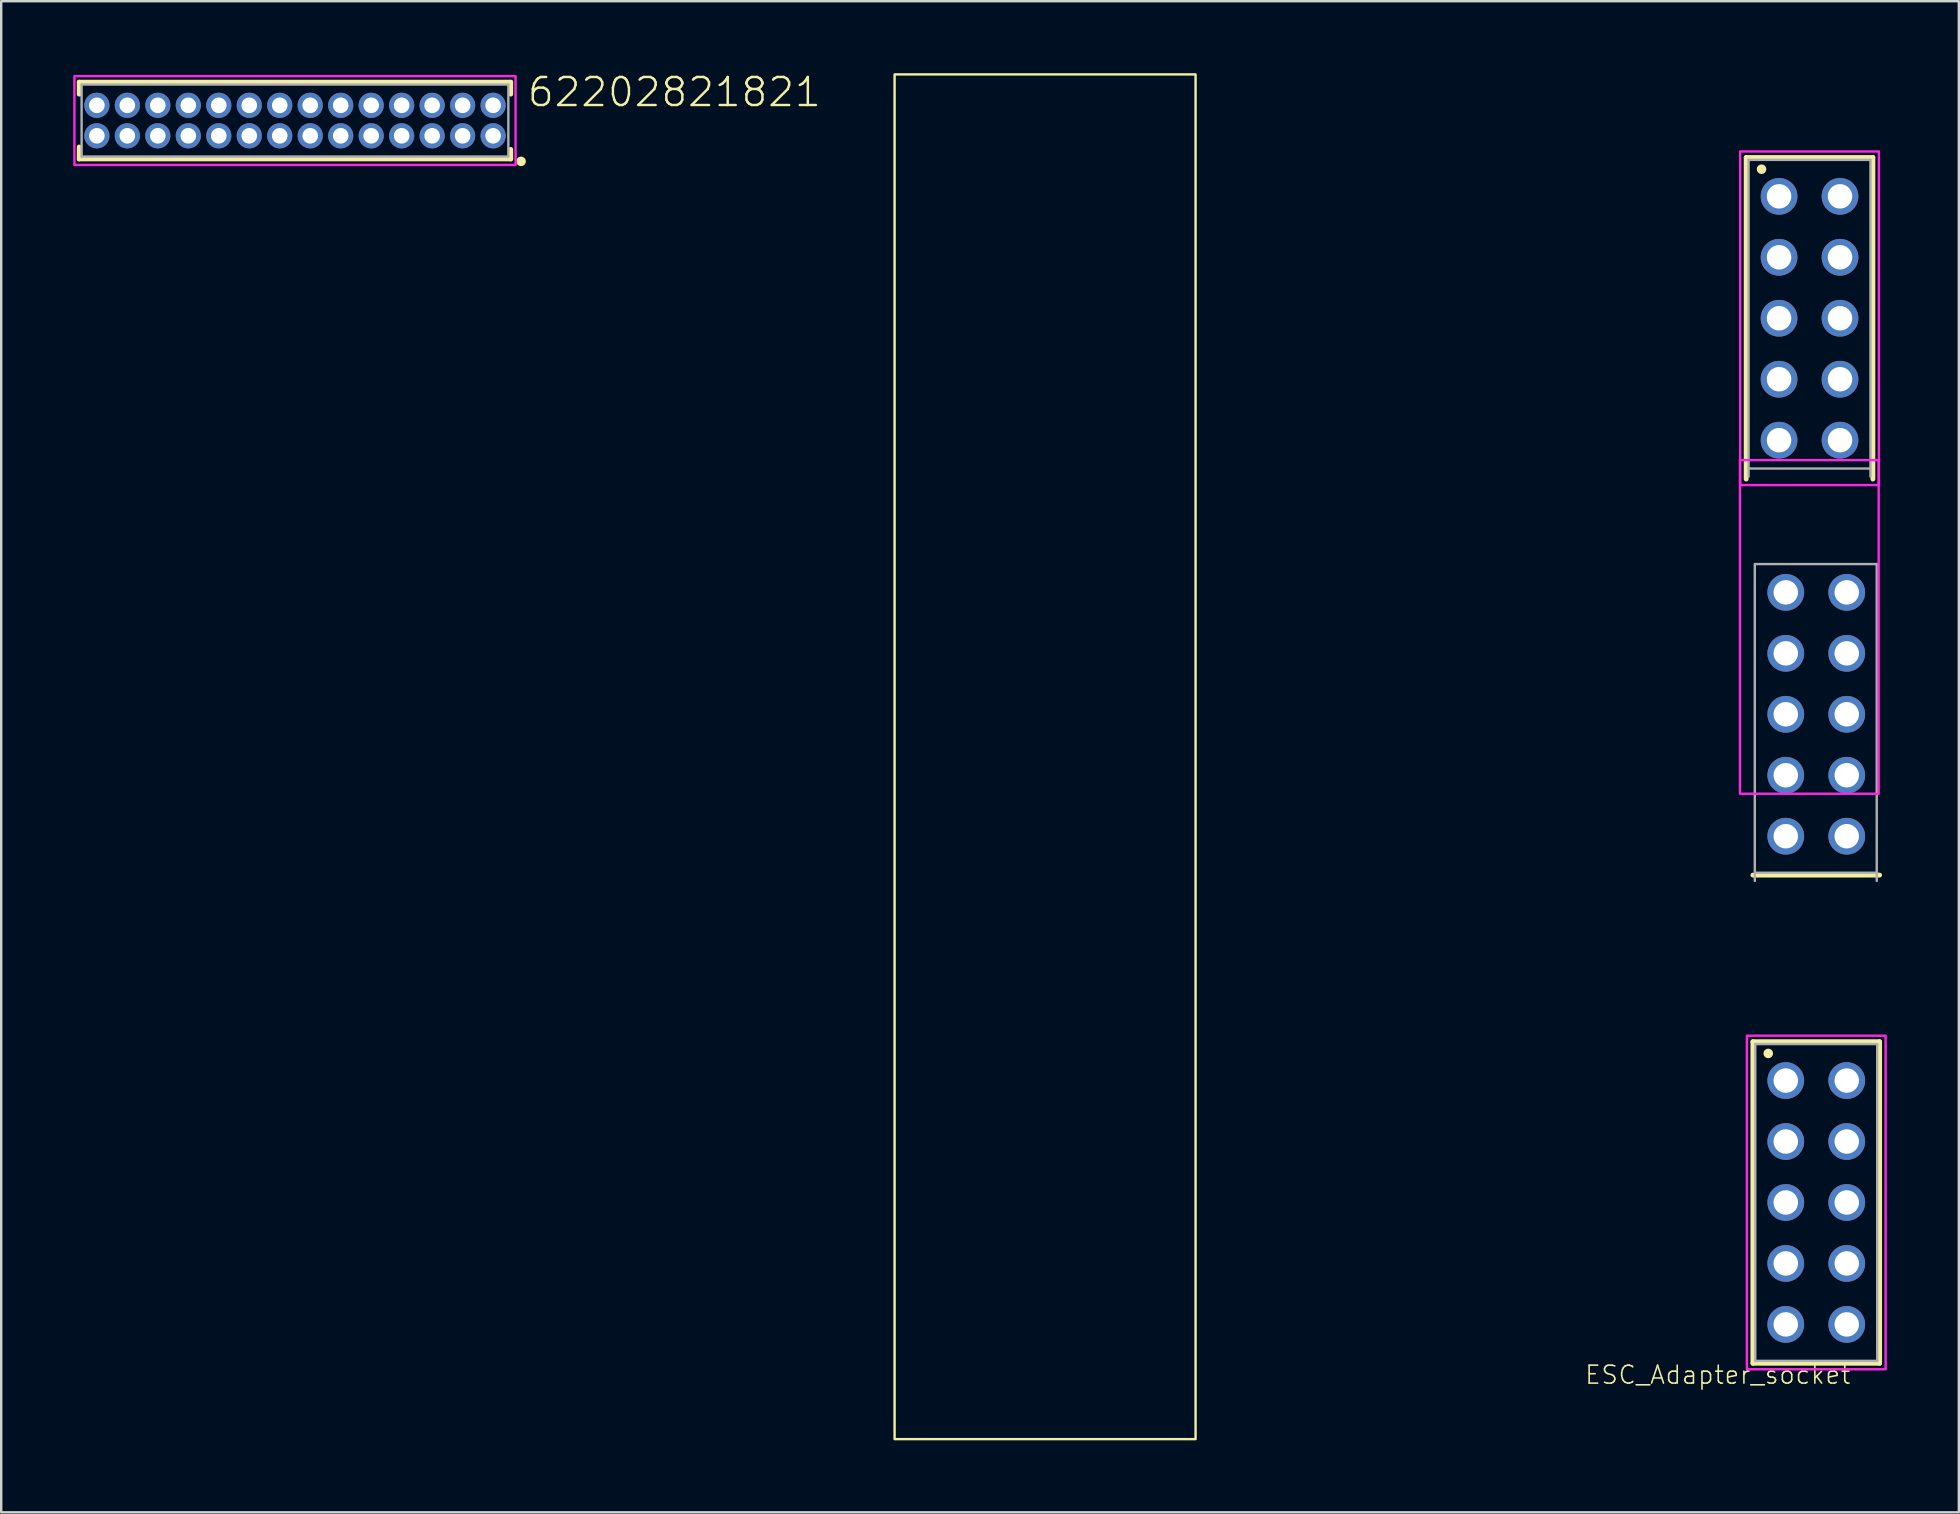
<source format=kicad_pcb>
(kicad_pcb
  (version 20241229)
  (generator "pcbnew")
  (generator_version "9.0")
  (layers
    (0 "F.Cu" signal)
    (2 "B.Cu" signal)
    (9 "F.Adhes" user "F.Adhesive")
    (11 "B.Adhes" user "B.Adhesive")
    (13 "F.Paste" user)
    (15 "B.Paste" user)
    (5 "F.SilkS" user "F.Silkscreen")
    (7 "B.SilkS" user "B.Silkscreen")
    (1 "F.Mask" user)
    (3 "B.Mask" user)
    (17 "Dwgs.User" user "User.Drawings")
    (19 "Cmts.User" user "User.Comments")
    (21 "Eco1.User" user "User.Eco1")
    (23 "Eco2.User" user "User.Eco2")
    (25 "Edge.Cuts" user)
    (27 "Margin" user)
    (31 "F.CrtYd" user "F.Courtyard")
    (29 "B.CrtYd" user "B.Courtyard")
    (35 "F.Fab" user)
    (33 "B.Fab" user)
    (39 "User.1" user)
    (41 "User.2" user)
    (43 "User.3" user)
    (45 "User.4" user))
  (footprint "ESC_Adapter_socket"
    (layer "F.Cu")
    (at 72.622 47.05)
    (property "Reference" "ESC_Adapter_socket" (at 1.48 7.62 0) (unlocked yes) (layer "F.SilkS") (effects (font (size 0.748 0.748) (thickness 0.065)) (justify right bottom)))
    (fp_line (start -2.92 -43.54) (end 2.36 -43.54) (stroke (width 0.2) (type solid)) (layer "F.SilkS"))
    (fp_line (start -2.92 -30.14) (end -2.92 -43.54) (stroke (width 0.2) (type solid)) (layer "F.SilkS"))
    (fp_line (start -2.64 -6.7) (end 2.64 -6.7) (stroke (width 0.2) (type solid)) (layer "F.SilkS"))
    (fp_line (start -2.64 6.7) (end -2.64 -6.7) (stroke (width 0.2) (type solid)) (layer "F.SilkS"))
    (fp_line (start 2.36 -43.54) (end 2.36 -30.14) (stroke (width 0.2) (type solid)) (layer "F.SilkS"))
    (fp_line (start 2.64 -13.64) (end -2.64 -13.64) (stroke (width 0.2) (type solid)) (layer "F.SilkS"))
    (fp_line (start 2.64 -6.7) (end 2.64 6.7) (stroke (width 0.2) (type solid)) (layer "F.SilkS"))
    (fp_line (start 2.64 6.7) (end -2.64 6.7) (stroke (width 0.2) (type solid)) (layer "F.SilkS"))
    (fp_rect (start -38.4 -47) (end -25.86 9.86) (stroke (width 0.1) (type default)) (fill no) (layer "F.SilkS"))
    (fp_circle (center -2.28 -43.05) (end -2.28 -42.95) (stroke (width 0.2) (type solid)) (fill no) (layer "F.SilkS"))
    (fp_circle (center -2 -6.21) (end -2 -6.11) (stroke (width 0.2) (type solid)) (fill no) (layer "F.SilkS"))
    (fp_rect (start 2.6 -17.03) (end -3.18 -30.93) (stroke (width 0.1) (type default)) (fill no) (layer "F.CrtYd"))
    (fp_rect (start 2.61 -29.89) (end -3.17 -43.79) (stroke (width 0.1) (type default)) (fill no) (layer "F.CrtYd"))
    (fp_rect (start 2.89 6.95) (end -2.89 -6.95) (stroke (width 0.1) (type default)) (fill no) (layer "F.CrtYd"))
    (fp_line (start -2.82 -43.44) (end -2.82 -30.24) (stroke (width 0.1) (type solid)) (layer "F.Fab"))
    (fp_line (start -2.56 -26.6) (end -2.56 -13.4) (stroke (width 0.1) (type solid)) (layer "F.Fab"))
    (fp_line (start -2.54 -13.74) (end 2.54 -13.74) (stroke (width 0.1) (type solid)) (layer "F.Fab"))
    (fp_line (start -2.54 -6.6) (end -2.54 6.6) (stroke (width 0.1) (type solid)) (layer "F.Fab"))
    (fp_line (start -2.54 6.6) (end 2.54 6.6) (stroke (width 0.1) (type solid)) (layer "F.Fab"))
    (fp_line (start -2.53 -26.6) (end 2.55 -26.6) (stroke (width 0.1) (type solid)) (layer "F.Fab"))
    (fp_line (start 2.25 -30.58) (end -2.83 -30.58) (stroke (width 0.1) (type solid)) (layer "F.Fab"))
    (fp_line (start 2.26 -43.44) (end -2.82 -43.44) (stroke (width 0.1) (type solid)) (layer "F.Fab"))
    (fp_line (start 2.26 -30.24) (end 2.26 -43.44) (stroke (width 0.1) (type solid)) (layer "F.Fab"))
    (fp_line (start 2.52 -13.4) (end 2.52 -26.6) (stroke (width 0.1) (type solid)) (layer "F.Fab"))
    (fp_line (start 2.54 -6.6) (end -2.54 -6.6) (stroke (width 0.1) (type solid)) (layer "F.Fab"))
    (fp_line (start 2.54 6.6) (end 2.54 -6.6) (stroke (width 0.1) (type solid)) (layer "F.Fab"))
    (pad "1" thru_hole circle (at -1.55 -41.92 270) (size 1.53 1.53) (drill 1.02) (layers "*.Cu" "*.Mask"))
    (pad "2" thru_hole circle (at 0.99 -41.92 270) (size 1.53 1.53) (drill 1.02) (layers "*.Cu" "*.Mask"))
    (pad "3" thru_hole circle (at -1.55 -39.38 270) (size 1.53 1.53) (drill 1.02) (layers "*.Cu" "*.Mask"))
    (pad "4" thru_hole circle (at 0.99 -39.38 270) (size 1.53 1.53) (drill 1.02) (layers "*.Cu" "*.Mask"))
    (pad "5" thru_hole circle (at -1.55 -36.84 270) (size 1.53 1.53) (drill 1.02) (layers "*.Cu" "*.Mask"))
    (pad "6" thru_hole circle (at 0.99 -36.84 270) (size 1.53 1.53) (drill 1.02) (layers "*.Cu" "*.Mask"))
    (pad "7" thru_hole circle (at -1.55 -34.3 270) (size 1.53 1.53) (drill 1.02) (layers "*.Cu" "*.Mask"))
    (pad "8" thru_hole circle (at 0.99 -34.3 270) (size 1.53 1.53) (drill 1.02) (layers "*.Cu" "*.Mask"))
    (pad "9" thru_hole circle (at -1.55 -31.76 270) (size 1.53 1.53) (drill 1.02) (layers "*.Cu" "*.Mask"))
    (pad "10" thru_hole circle (at 0.99 -31.76 270) (size 1.53 1.53) (drill 1.02) (layers "*.Cu" "*.Mask"))
    (pad "11" thru_hole circle (at -1.27 -25.42 270) (size 1.53 1.53) (drill 1.02) (layers "*.Cu" "*.Mask"))
    (pad "11" thru_hole circle (at -1.27 -5.08 270) (size 1.53 1.53) (drill 1.02) (layers "*.Cu" "*.Mask"))
    (pad "12" thru_hole circle (at 1.27 -25.42 270) (size 1.53 1.53) (drill 1.02) (layers "*.Cu" "*.Mask"))
    (pad "12" thru_hole circle (at 1.27 -5.08 270) (size 1.53 1.53) (drill 1.02) (layers "*.Cu" "*.Mask"))
    (pad "13" thru_hole circle (at -1.27 -22.88 270) (size 1.53 1.53) (drill 1.02) (layers "*.Cu" "*.Mask"))
    (pad "13" thru_hole circle (at -1.27 -2.54 270) (size 1.53 1.53) (drill 1.02) (layers "*.Cu" "*.Mask"))
    (pad "14" thru_hole circle (at 1.27 -22.88 270) (size 1.53 1.53) (drill 1.02) (layers "*.Cu" "*.Mask"))
    (pad "14" thru_hole circle (at 1.27 -2.54 270) (size 1.53 1.53) (drill 1.02) (layers "*.Cu" "*.Mask"))
    (pad "15" thru_hole circle (at -1.27 -20.34 270) (size 1.53 1.53) (drill 1.02) (layers "*.Cu" "*.Mask"))
    (pad "15" thru_hole circle (at -1.27 0 270) (size 1.53 1.53) (drill 1.02) (layers "*.Cu" "*.Mask"))
    (pad "16" thru_hole circle (at 1.27 -20.34 270) (size 1.53 1.53) (drill 1.02) (layers "*.Cu" "*.Mask"))
    (pad "16" thru_hole circle (at 1.27 0 270) (size 1.53 1.53) (drill 1.02) (layers "*.Cu" "*.Mask"))
    (pad "17" thru_hole circle (at -1.27 -17.8 270) (size 1.53 1.53) (drill 1.02) (layers "*.Cu" "*.Mask"))
    (pad "17" thru_hole circle (at -1.27 2.54 270) (size 1.53 1.53) (drill 1.02) (layers "*.Cu" "*.Mask"))
    (pad "18" thru_hole circle (at 1.27 -17.8 270) (size 1.53 1.53) (drill 1.02) (layers "*.Cu" "*.Mask"))
    (pad "18" thru_hole circle (at 1.27 2.54 270) (size 1.53 1.53) (drill 1.02) (layers "*.Cu" "*.Mask"))
    (pad "19" thru_hole circle (at -1.27 -15.26 270) (size 1.53 1.53) (drill 1.02) (layers "*.Cu" "*.Mask"))
    (pad "19" thru_hole circle (at -1.27 5.08 270) (size 1.53 1.53) (drill 1.02) (layers "*.Cu" "*.Mask"))
    (pad "20" thru_hole circle (at 1.27 -15.26 270) (size 1.53 1.53) (drill 1.02) (layers "*.Cu" "*.Mask"))
    (pad "20" thru_hole circle (at 1.27 5.08 270) (size 1.53 1.53) (drill 1.02) (layers "*.Cu" "*.Mask")))
  (footprint "62202821821"
    (layer "F.Cu")
    (at 9.24 1.973)
    (property "Reference" "62202821821" (at 9.62 -0.5 0) (unlocked yes) (layer "F.SilkS") (effects (font (size 1.168 1.168) (thickness 0.102)) (justify left bottom)))
    (fp_line (start -8.99 -1.6) (end 8.99 -1.6) (stroke (width 0.2) (type solid)) (layer "F.SilkS"))
    (fp_line (start -8.99 -1.1) (end -8.99 -1.6) (stroke (width 0.2) (type solid)) (layer "F.SilkS"))
    (fp_line (start -8.99 1.1) (end -8.99 1.6) (stroke (width 0.2) (type solid)) (layer "F.SilkS"))
    (fp_line (start -8.99 1.6) (end 8.99 1.6) (stroke (width 0.2) (type solid)) (layer "F.SilkS"))
    (fp_line (start 8.99 -1.6) (end 8.99 -1.1) (stroke (width 0.2) (type solid)) (layer "F.SilkS"))
    (fp_line (start 8.99 1.6) (end 8.99 1.2) (stroke (width 0.2) (type solid)) (layer "F.SilkS"))
    (fp_circle (center 9.42 1.7) (end 9.52 1.7) (stroke (width 0.2) (type solid)) (fill no) (layer "F.SilkS"))
    (fp_poly (pts (xy 9.19 1.85) (xy -9.19 1.85) (xy -9.19 -1.85) (xy 9.19 -1.85)) (stroke (width 0.1) (type default)) (fill no) (layer "F.CrtYd"))
    (fp_line (start -8.89 -1.5) (end -8.89 1.5) (stroke (width 0.1) (type solid)) (layer "F.Fab"))
    (fp_line (start -8.89 1.5) (end 8.89 1.5) (stroke (width 0.1) (type solid)) (layer "F.Fab"))
    (fp_line (start 8.89 -1.5) (end -8.89 -1.5) (stroke (width 0.1) (type solid)) (layer "F.Fab"))
    (fp_line (start 8.89 1.5) (end 8.89 -1.5) (stroke (width 0.1) (type solid)) (layer "F.Fab"))
    (pad "1" thru_hole circle (at 8.255 0.635 180) (size 1.05 1.05) (drill 0.65) (layers "*.Cu" "*.Mask"))
    (pad "2" thru_hole circle (at 8.255 -0.635 180) (size 1.05 1.05) (drill 0.65) (layers "*.Cu" "*.Mask"))
    (pad "3" thru_hole circle (at 6.985 0.635 180) (size 1.05 1.05) (drill 0.65) (layers "*.Cu" "*.Mask"))
    (pad "4" thru_hole circle (at 6.985 -0.635 180) (size 1.05 1.05) (drill 0.65) (layers "*.Cu" "*.Mask"))
    (pad "5" thru_hole circle (at 5.715 0.635 180) (size 1.05 1.05) (drill 0.65) (layers "*.Cu" "*.Mask"))
    (pad "6" thru_hole circle (at 5.715 -0.635 180) (size 1.05 1.05) (drill 0.65) (layers "*.Cu" "*.Mask"))
    (pad "7" thru_hole circle (at 4.445 0.635 180) (size 1.05 1.05) (drill 0.65) (layers "*.Cu" "*.Mask"))
    (pad "8" thru_hole circle (at 4.445 -0.635 180) (size 1.05 1.05) (drill 0.65) (layers "*.Cu" "*.Mask"))
    (pad "9" thru_hole circle (at 3.175 0.635 180) (size 1.05 1.05) (drill 0.65) (layers "*.Cu" "*.Mask"))
    (pad "10" thru_hole circle (at 3.175 -0.635 180) (size 1.05 1.05) (drill 0.65) (layers "*.Cu" "*.Mask"))
    (pad "11" thru_hole circle (at 1.905 0.635 180) (size 1.05 1.05) (drill 0.65) (layers "*.Cu" "*.Mask"))
    (pad "12" thru_hole circle (at 1.905 -0.635 180) (size 1.05 1.05) (drill 0.65) (layers "*.Cu" "*.Mask"))
    (pad "13" thru_hole circle (at 0.635 0.635 180) (size 1.05 1.05) (drill 0.65) (layers "*.Cu" "*.Mask"))
    (pad "14" thru_hole circle (at 0.635 -0.635 180) (size 1.05 1.05) (drill 0.65) (layers "*.Cu" "*.Mask"))
    (pad "15" thru_hole circle (at -0.635 -0.635 180) (size 1.05 1.05) (drill 0.65) (layers "*.Cu" "*.Mask"))
    (pad "16" thru_hole circle (at -0.635 0.635 180) (size 1.05 1.05) (drill 0.65) (layers "*.Cu" "*.Mask"))
    (pad "17" thru_hole circle (at -1.905 0.635 180) (size 1.05 1.05) (drill 0.65) (layers "*.Cu" "*.Mask"))
    (pad "18" thru_hole circle (at -1.905 -0.635 180) (size 1.05 1.05) (drill 0.65) (layers "*.Cu" "*.Mask"))
    (pad "19" thru_hole circle (at -3.175 0.635 180) (size 1.05 1.05) (drill 0.65) (layers "*.Cu" "*.Mask"))
    (pad "20" thru_hole circle (at -3.175 -0.635 180) (size 1.05 1.05) (drill 0.65) (layers "*.Cu" "*.Mask"))
    (pad "21" thru_hole circle (at -4.445 0.635 180) (size 1.05 1.05) (drill 0.65) (layers "*.Cu" "*.Mask"))
    (pad "22" thru_hole circle (at -4.445 -0.635 180) (size 1.05 1.05) (drill 0.65) (layers "*.Cu" "*.Mask"))
    (pad "23" thru_hole circle (at -5.715 0.635 180) (size 1.05 1.05) (drill 0.65) (layers "*.Cu" "*.Mask"))
    (pad "24" thru_hole circle (at -5.715 -0.635 180) (size 1.05 1.05) (drill 0.65) (layers "*.Cu" "*.Mask"))
    (pad "25" thru_hole circle (at -6.985 0.635 180) (size 1.05 1.05) (drill 0.65) (layers "*.Cu" "*.Mask"))
    (pad "26" thru_hole circle (at -6.985 -0.635 180) (size 1.05 1.05) (drill 0.65) (layers "*.Cu" "*.Mask"))
    (pad "27" thru_hole circle (at -8.255 0.635 180) (size 1.05 1.05) (drill 0.65) (layers "*.Cu" "*.Mask"))
    (pad "28" thru_hole circle (at -8.255 -0.635 180) (size 1.05 1.05) (drill 0.65) (layers "*.Cu" "*.Mask")))
  (gr_rect
    (start -3 -3)
    (end 78.562 59.96)
    (stroke (width 0.1) (type default))
    (fill no)
    (layer "Edge.Cuts")))
</source>
